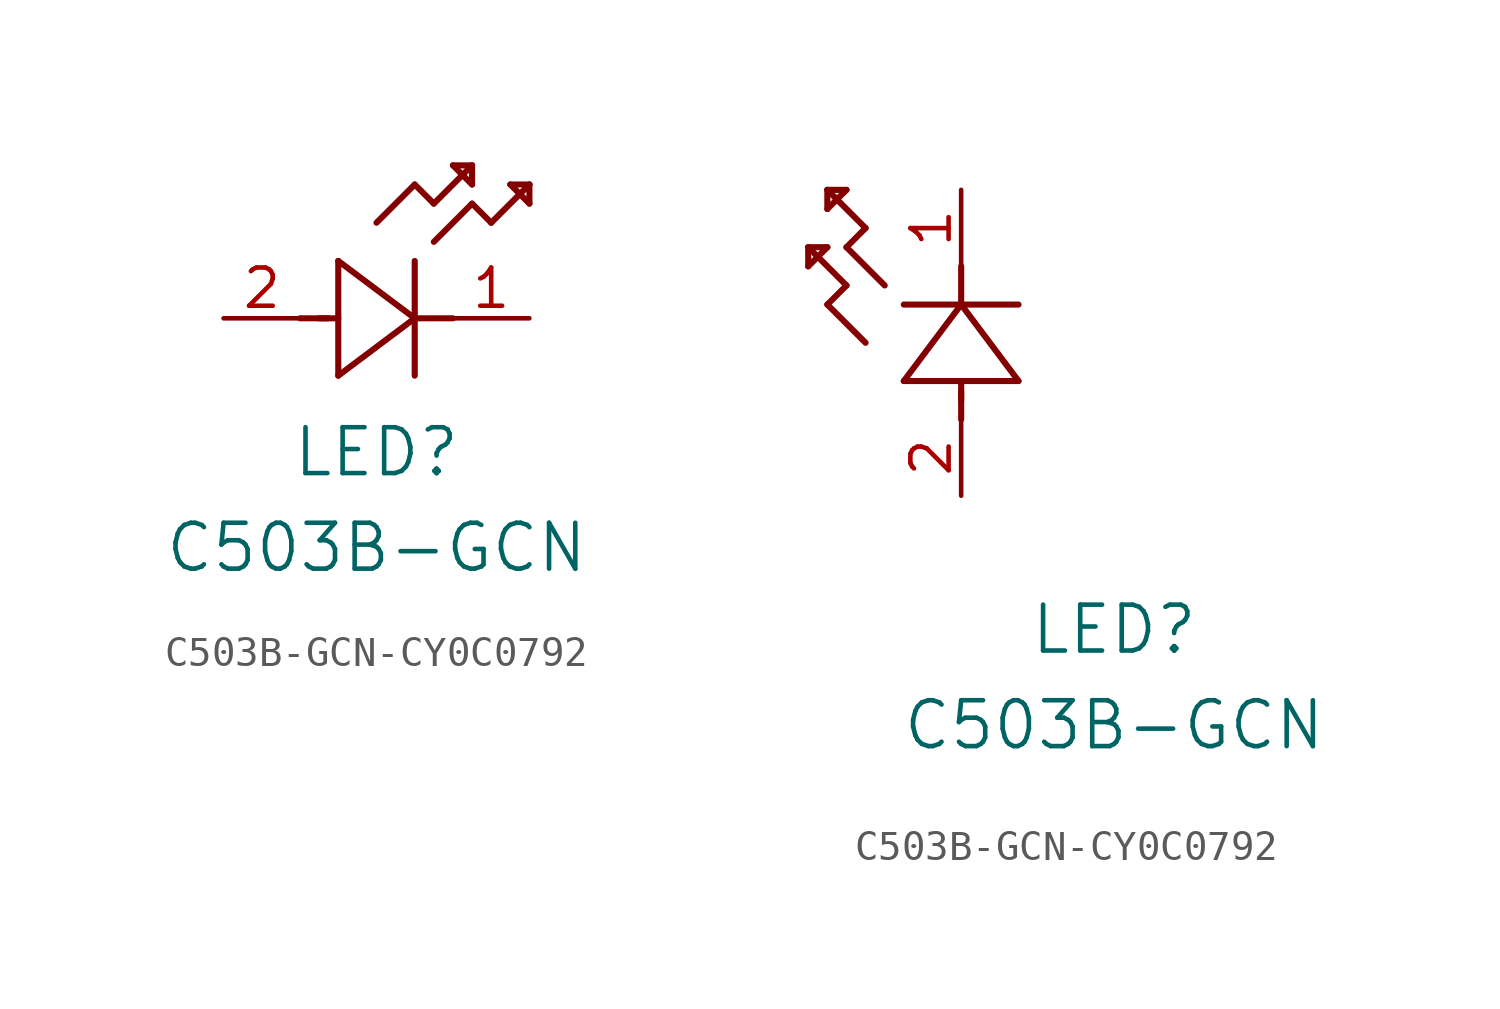
<source format=kicad_sym>
(kicad_symbol_lib
  (version 20220914)
  (generator kicad_symbol_editor)
  (symbol "C503B-GCN-CY0C0792"
    (pin_names
      (offset 0.254))
    (property "Reference" "LED"
      (at 5.08 -4.445 0)
      (effects (font (size 1.524 1.524))))
    (property "Value" "C503B-GCN"
      (at 5.08 -7.62 0)
      (effects (font (size 1.524 1.524))))
    (symbol "C503B-GCN-CY0C0792_1_1"
      (polyline (pts (xy 2.54 0) (xy 3.48 0)) (stroke (width 0.203) (type default)) (fill (type none)))
      (polyline (pts (xy 3.175 0) (xy 3.81 0)) (stroke (width 0.203) (type default)) (fill (type none)))
      (polyline (pts (xy 3.81 -1.905) (xy 6.35 0)) (stroke (width 0.203) (type default)) (fill (type none)))
      (polyline (pts (xy 3.81 1.905) (xy 3.81 -1.905)) (stroke (width 0.203) (type default)) (fill (type none)))
      (polyline (pts (xy 5.08 3.175) (xy 6.35 4.445)) (stroke (width 0.203) (type default)) (fill (type none)))
      (polyline (pts (xy 6.35 -1.905) (xy 6.35 1.905)) (stroke (width 0.203) (type default)) (fill (type none)))
      (polyline (pts (xy 6.35 0) (xy 3.81 1.905)) (stroke (width 0.203) (type default)) (fill (type none)))
      (polyline (pts (xy 6.35 0) (xy 7.62 0)) (stroke (width 0.203) (type default)) (fill (type none)))
      (polyline (pts (xy 6.35 4.445) (xy 6.985 3.81)) (stroke (width 0.203) (type default)) (fill (type none)))
      (polyline (pts (xy 6.985 2.54) (xy 8.255 3.81)) (stroke (width 0.203) (type default)) (fill (type none)))
      (polyline (pts (xy 6.985 3.81) (xy 8.255 5.08)) (stroke (width 0.203) (type default)) (fill (type none)))
      (polyline (pts (xy 7.62 5.08) (xy 8.255 4.445)) (stroke (width 0.203) (type default)) (fill (type none)))
      (polyline (pts (xy 8.255 3.81) (xy 8.89 3.175)) (stroke (width 0.203) (type default)) (fill (type none)))
      (polyline (pts (xy 8.255 4.445) (xy 8.255 5.08)) (stroke (width 0.203) (type default)) (fill (type none)))
      (polyline (pts (xy 8.255 5.08) (xy 7.62 5.08)) (stroke (width 0.203) (type default)) (fill (type none)))
      (polyline (pts (xy 8.89 3.175) (xy 10.16 4.445)) (stroke (width 0.203) (type default)) (fill (type none)))
      (polyline (pts (xy 9.525 4.445) (xy 10.16 3.81)) (stroke (width 0.203) (type default)) (fill (type none)))
      (polyline (pts (xy 10.16 3.81) (xy 10.16 4.445)) (stroke (width 0.203) (type default)) (fill (type none)))
      (polyline (pts (xy 10.16 4.445) (xy 9.525 4.445)) (stroke (width 0.203) (type default)) (fill (type none)))
      (pin unspecified line (at 10.16 0 180) (length 2.54) (name "" (effects (font (size 1.27 1.27)))) (number "1" (effects (font (size 1.27 1.27)))))
      (pin unspecified line (at 0 0 0) (length 2.54) (name "" (effects (font (size 1.27 1.27)))) (number "2" (effects (font (size 1.27 1.27))))))
    (symbol "C503B-GCN-CY0C0792_1_2"
      (polyline (pts (xy -5.08 7.62) (xy -4.445 8.255)) (stroke (width 0.203) (type default)) (fill (type none)))
      (polyline (pts (xy -5.08 8.255) (xy -5.08 7.62)) (stroke (width 0.203) (type default)) (fill (type none)))
      (polyline (pts (xy -4.445 6.35) (xy -3.81 6.985)) (stroke (width 0.203) (type default)) (fill (type none)))
      (polyline (pts (xy -4.445 8.255) (xy -5.08 8.255)) (stroke (width 0.203) (type default)) (fill (type none)))
      (polyline (pts (xy -4.445 9.525) (xy -3.81 10.16)) (stroke (width 0.203) (type default)) (fill (type none)))
      (polyline (pts (xy -4.445 10.16) (xy -4.445 9.525)) (stroke (width 0.203) (type default)) (fill (type none)))
      (polyline (pts (xy -3.81 6.985) (xy -5.08 8.255)) (stroke (width 0.203) (type default)) (fill (type none)))
      (polyline (pts (xy -3.81 8.255) (xy -3.175 8.89)) (stroke (width 0.203) (type default)) (fill (type none)))
      (polyline (pts (xy -3.81 10.16) (xy -4.445 10.16)) (stroke (width 0.203) (type default)) (fill (type none)))
      (polyline (pts (xy -3.175 5.08) (xy -4.445 6.35)) (stroke (width 0.203) (type default)) (fill (type none)))
      (polyline (pts (xy -3.175 8.89) (xy -4.445 10.16)) (stroke (width 0.203) (type default)) (fill (type none)))
      (polyline (pts (xy -2.54 6.985) (xy -3.81 8.255)) (stroke (width 0.203) (type default)) (fill (type none)))
      (polyline (pts (xy -1.905 3.81) (xy 1.905 3.81)) (stroke (width 0.203) (type default)) (fill (type none)))
      (polyline (pts (xy 0 2.54) (xy 0 3.48)) (stroke (width 0.203) (type default)) (fill (type none)))
      (polyline (pts (xy 0 3.175) (xy 0 3.81)) (stroke (width 0.203) (type default)) (fill (type none)))
      (polyline (pts (xy 0 6.35) (xy -1.905 3.81)) (stroke (width 0.203) (type default)) (fill (type none)))
      (polyline (pts (xy 0 6.35) (xy 0 7.62)) (stroke (width 0.203) (type default)) (fill (type none)))
      (polyline (pts (xy 1.905 3.81) (xy 0 6.35)) (stroke (width 0.203) (type default)) (fill (type none)))
      (polyline (pts (xy 1.905 6.35) (xy -1.905 6.35)) (stroke (width 0.203) (type default)) (fill (type none)))
      (pin unspecified line (at 0 10.16 270) (length 2.54) (name "" (effects (font (size 1.27 1.27)))) (number "1" (effects (font (size 1.27 1.27)))))
      (pin unspecified line (at 0 0 90) (length 2.54) (name "" (effects (font (size 1.27 1.27)))) (number "2" (effects (font (size 1.27 1.27))))))))
</source>
